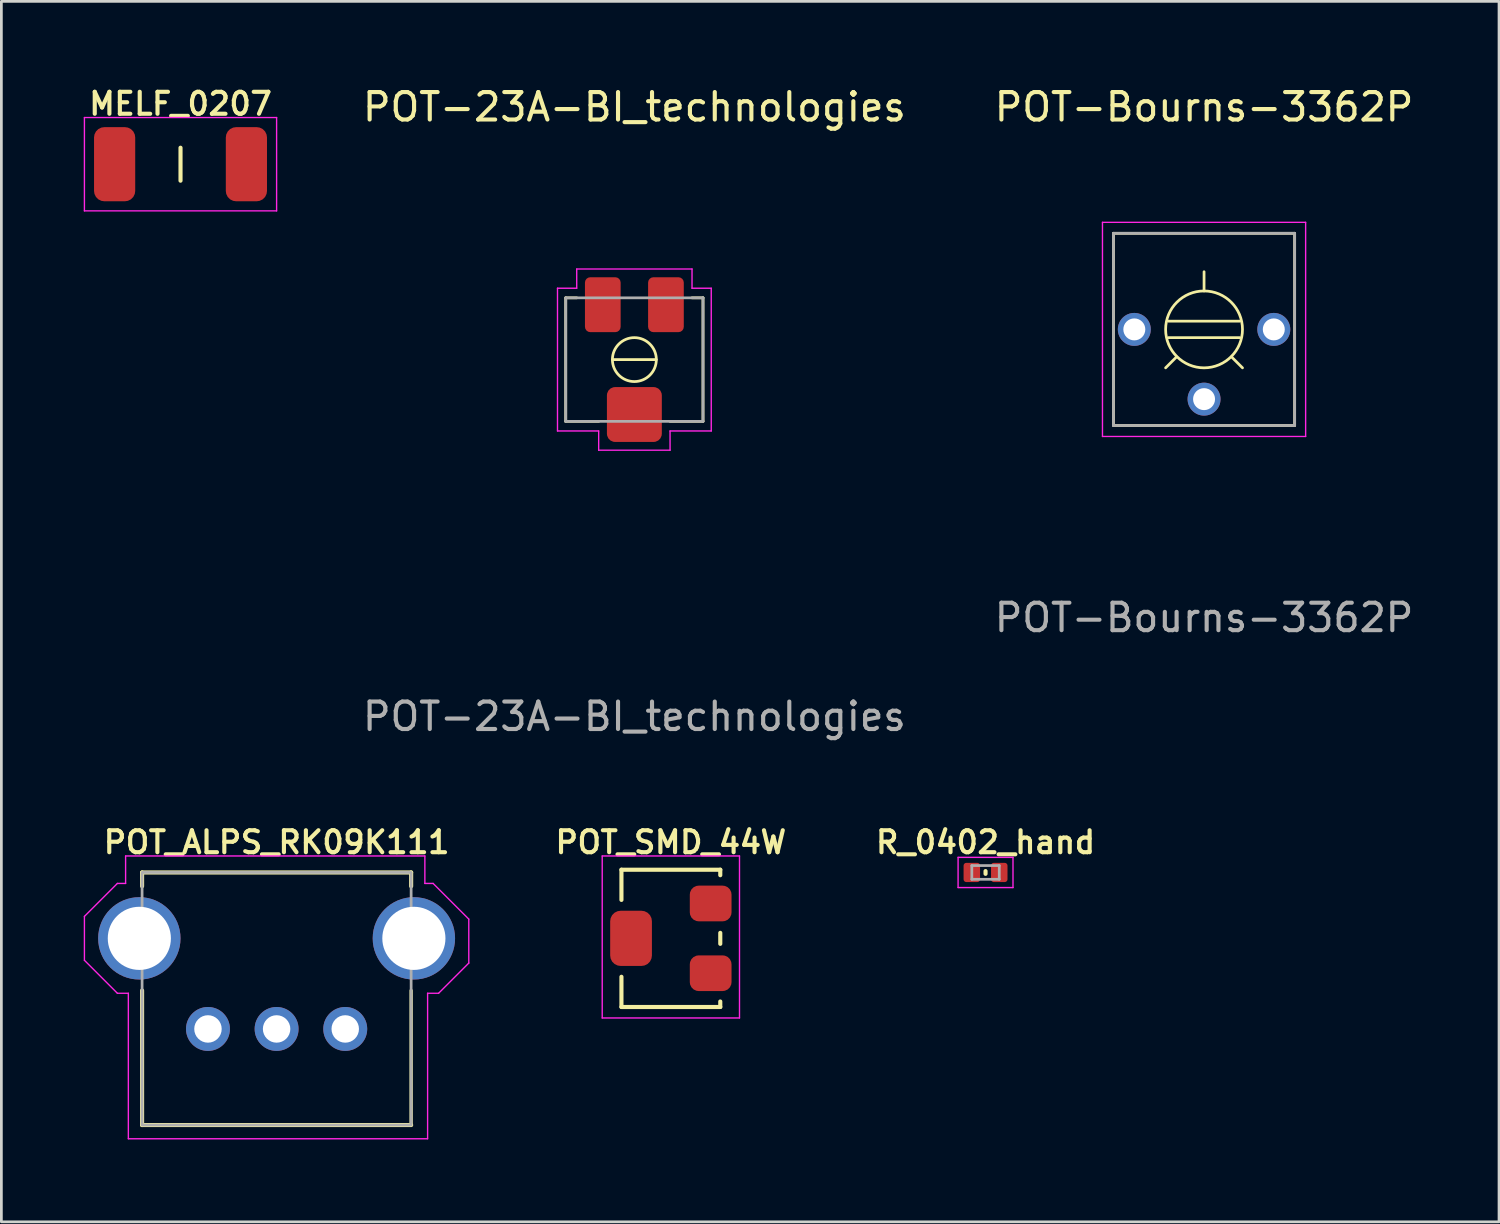
<source format=kicad_pcb>
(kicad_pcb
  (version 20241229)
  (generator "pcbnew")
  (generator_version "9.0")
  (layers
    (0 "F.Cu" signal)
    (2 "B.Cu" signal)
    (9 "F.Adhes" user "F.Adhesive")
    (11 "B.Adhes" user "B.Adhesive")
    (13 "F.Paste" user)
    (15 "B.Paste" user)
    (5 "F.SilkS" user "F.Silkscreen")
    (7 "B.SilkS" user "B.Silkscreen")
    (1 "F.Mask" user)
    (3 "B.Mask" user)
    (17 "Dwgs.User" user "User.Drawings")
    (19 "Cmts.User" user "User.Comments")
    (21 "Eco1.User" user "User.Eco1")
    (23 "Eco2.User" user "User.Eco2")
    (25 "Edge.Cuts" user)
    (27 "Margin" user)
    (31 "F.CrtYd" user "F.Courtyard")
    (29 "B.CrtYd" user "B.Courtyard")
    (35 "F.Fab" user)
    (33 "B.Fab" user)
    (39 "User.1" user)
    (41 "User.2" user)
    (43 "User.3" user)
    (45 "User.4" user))
  (footprint "POT_SMD_44W"
    (layer "F.Cu")
    (at 21.385 31.128)
    (property "Reference" "POT_SMD_44W" (at 0 -3.5 0) (layer "F.SilkS") (effects (font (size 0.8 0.8) (thickness 0.15))))
    (attr through_hole)
    (fp_line (start -1.8 -2.5) (end 1.8 -2.5) (stroke (width 0.15) (type solid)) (layer "F.SilkS"))
    (fp_line (start -1.8 -1.4) (end -1.8 -2.5) (stroke (width 0.15) (type solid)) (layer "F.SilkS"))
    (fp_line (start -1.8 2.5) (end -1.8 1.4) (stroke (width 0.15) (type solid)) (layer "F.SilkS"))
    (fp_line (start 1.8 -2.5) (end 1.8 -2.3) (stroke (width 0.15) (type solid)) (layer "F.SilkS"))
    (fp_line (start 1.8 -0.2) (end 1.8 0.2) (stroke (width 0.15) (type solid)) (layer "F.SilkS"))
    (fp_line (start 1.8 2.5) (end -1.8 2.5) (stroke (width 0.15) (type solid)) (layer "F.SilkS"))
    (fp_line (start 1.8 2.5) (end 1.8 2.3) (stroke (width 0.15) (type solid)) (layer "F.SilkS"))
    (fp_line (start -2.5 -3) (end 2.5 -3) (stroke (width 0.05) (type default)) (layer "F.CrtYd"))
    (fp_line (start -2.5 2.9) (end -2.5 -3) (stroke (width 0.05) (type default)) (layer "F.CrtYd"))
    (fp_line (start 2.5 -3) (end 2.5 2.9) (stroke (width 0.05) (type default)) (layer "F.CrtYd"))
    (fp_line (start 2.5 2.9) (end -2.5 2.9) (stroke (width 0.05) (type default)) (layer "F.CrtYd"))
    (pad "1" smd roundrect (at 1.45 -1.27) (size 1.52 1.3) (layers "F.Cu" "F.Mask" "F.Paste") (roundrect_rratio 0.25))
    (pad "2" smd roundrect (at -1.45 0) (size 1.52 2.01) (layers "F.Cu" "F.Mask" "F.Paste") (roundrect_rratio 0.25))
    (pad "3" smd roundrect (at 1.45 1.27) (size 1.52 1.3) (layers "F.Cu" "F.Mask" "F.Paste") (roundrect_rratio 0.25)))
  (footprint "MELF_0207"
    (layer "F.Cu")
    (at 3.525 2.931)
    (property "Reference" "MELF_0207" (at 0 -2.2 0) (layer "F.SilkS") (effects (font (size 0.8 0.8) (thickness 0.15))))
    (attr through_hole)
    (fp_line (start 0 -0.6) (end 0 0.6) (stroke (width 0.15) (type default)) (layer "F.SilkS"))
    (fp_line (start -3.5 -1.7) (end -3.5 1.7) (stroke (width 0.05) (type default)) (layer "F.CrtYd"))
    (fp_line (start -3.5 1.7) (end 3.5 1.7) (stroke (width 0.05) (type default)) (layer "F.CrtYd"))
    (fp_line (start 3.5 -1.7) (end -3.5 -1.7) (stroke (width 0.05) (type default)) (layer "F.CrtYd"))
    (fp_line (start 3.5 1.7) (end 3.5 -1.7) (stroke (width 0.05) (type default)) (layer "F.CrtYd"))
    (pad "1" smd roundrect (at -2.4 0) (size 1.5 2.7) (layers "F.Cu" "F.Mask" "F.Paste") (roundrect_rratio 0.25))
    (pad "2" smd roundrect (at 2.4 0) (size 1.5 2.7) (layers "F.Cu" "F.Mask" "F.Paste") (roundrect_rratio 0.25)))
  (footprint "POT-23A-BI_technologies"
    (layer "F.Cu")
    (at 20.056 10.048)
    (property "Reference" "POT-23A-BI_technologies" (at 0 -9.2 0) (unlocked yes) (layer "F.SilkS") (effects (font (size 1 1) (thickness 0.15))))
    (attr smd)
    (fp_line (start -2.5 -2.25) (end -2.5 2.25) (stroke (width 0.1) (type default)) (layer "F.SilkS"))
    (fp_line (start -2.5 2.25) (end -1.3 2.25) (stroke (width 0.1) (type default)) (layer "F.SilkS"))
    (fp_line (start -2.1 -2.25) (end -2.5 -2.25) (stroke (width 0.1) (type default)) (layer "F.SilkS"))
    (fp_line (start -0.8 0) (end 0.8 0) (stroke (width 0.1) (type default)) (layer "F.SilkS"))
    (fp_line (start 1.3 2.25) (end 2.5 2.25) (stroke (width 0.1) (type default)) (layer "F.SilkS"))
    (fp_line (start 2.5 -2.25) (end 2.1 -2.25) (stroke (width 0.1) (type default)) (layer "F.SilkS"))
    (fp_line (start 2.5 2.25) (end 2.5 -2.25) (stroke (width 0.1) (type default)) (layer "F.SilkS"))
    (fp_circle (center 0 0) (end 0.8 0) (stroke (width 0.1) (type default)) (fill no) (layer "F.SilkS"))
    (fp_line (start -2.8 -2.6) (end -2.8 2.6) (stroke (width 0.05) (type default)) (layer "F.CrtYd"))
    (fp_line (start -2.8 2.6) (end -1.3 2.6) (stroke (width 0.05) (type default)) (layer "F.CrtYd"))
    (fp_line (start -2.1 -3.3) (end -2.1 -2.6) (stroke (width 0.05) (type default)) (layer "F.CrtYd"))
    (fp_line (start -2.1 -2.6) (end -2.8 -2.6) (stroke (width 0.05) (type default)) (layer "F.CrtYd"))
    (fp_line (start -1.3 2.6) (end -1.3 3.3) (stroke (width 0.05) (type default)) (layer "F.CrtYd"))
    (fp_line (start -1.3 3.3) (end 1.3 3.3) (stroke (width 0.05) (type default)) (layer "F.CrtYd"))
    (fp_line (start 1.3 2.6) (end 2.8 2.6) (stroke (width 0.05) (type default)) (layer "F.CrtYd"))
    (fp_line (start 1.3 3.3) (end 1.3 2.6) (stroke (width 0.05) (type default)) (layer "F.CrtYd"))
    (fp_line (start 2.1 -3.3) (end -2.1 -3.3) (stroke (width 0.05) (type default)) (layer "F.CrtYd"))
    (fp_line (start 2.1 -2.6) (end 2.1 -3.3) (stroke (width 0.05) (type default)) (layer "F.CrtYd"))
    (fp_line (start 2.8 -2.6) (end 2.1 -2.6) (stroke (width 0.05) (type default)) (layer "F.CrtYd"))
    (fp_line (start 2.8 2.6) (end 2.8 -2.6) (stroke (width 0.05) (type default)) (layer "F.CrtYd"))
    (fp_line (start -2.5 -2.25) (end -2.5 2.25) (stroke (width 0.1) (type default)) (layer "F.Fab"))
    (fp_line (start -2.5 2.25) (end 2.5 2.25) (stroke (width 0.1) (type default)) (layer "F.Fab"))
    (fp_line (start 2.5 -2.25) (end -2.5 -2.25) (stroke (width 0.1) (type default)) (layer "F.Fab"))
    (fp_line (start 2.5 2.25) (end 2.5 -2.25) (stroke (width 0.1) (type default)) (layer "F.Fab"))
    (fp_text user "${REFERENCE}" (at 0 13 0) (unlocked yes) (layer "F.Fab") (effects (font (size 1 1) (thickness 0.15))))
    (pad "1" smd roundrect (at -1.15 -2 90) (size 2 1.3) (layers "F.Cu" "F.Mask" "F.Paste") (roundrect_rratio 0.15))
    (pad "2" smd roundrect (at 0 2) (size 2 2) (layers "F.Cu" "F.Mask" "F.Paste") (roundrect_rratio 0.15))
    (pad "3" smd roundrect (at 1.15 -2 90) (size 2 1.3) (layers "F.Cu" "F.Mask" "F.Paste") (roundrect_rratio 0.15)))
  (footprint "R_0402_hand"
    (layer "F.Cu")
    (at 32.847 28.728)
    (property "Reference" "R_0402_hand" (at 0 -1.1 0) (layer "F.SilkS") (effects (font (size 0.8 0.8) (thickness 0.15))))
    (attr smd)
    (fp_line (start 0 -0.05) (end 0 0.05) (stroke (width 0.15) (type solid)) (layer "F.SilkS"))
    (fp_line (start -1 -0.55) (end -1 0.55) (stroke (width 0.05) (type solid)) (layer "F.CrtYd"))
    (fp_line (start -1 -0.55) (end 1 -0.55) (stroke (width 0.05) (type solid)) (layer "F.CrtYd"))
    (fp_line (start -1 0.55) (end 1 0.55) (stroke (width 0.05) (type solid)) (layer "F.CrtYd"))
    (fp_line (start 1 -0.55) (end 1 0.55) (stroke (width 0.05) (type solid)) (layer "F.CrtYd"))
    (fp_line (start -0.5 -0.25) (end 0.5 -0.25) (stroke (width 0.1) (type solid)) (layer "F.Fab"))
    (fp_line (start -0.5 0.25) (end -0.5 -0.25) (stroke (width 0.1) (type solid)) (layer "F.Fab"))
    (fp_line (start 0.5 -0.25) (end 0.5 0.25) (stroke (width 0.1) (type solid)) (layer "F.Fab"))
    (fp_line (start 0.5 0.25) (end -0.5 0.25) (stroke (width 0.1) (type solid)) (layer "F.Fab"))
    (pad "1" smd roundrect (at -0.5 0) (size 0.6 0.7) (layers "F.Cu" "F.Mask" "F.Paste") (roundrect_rratio 0.167))
    (pad "2" smd roundrect (at 0.5 0) (size 0.6 0.7) (layers "F.Cu" "F.Mask" "F.Paste") (roundrect_rratio 0.167)))
  (footprint "POT-Bourns-3362P"
    (layer "F.Cu")
    (at 40.806 8.948)
    (property "Reference" "POT-Bourns-3362P" (at 0 -8.1 0) (unlocked yes) (layer "F.SilkS") (effects (font (size 1 1) (thickness 0.15))))
    (attr through_hole)
    (fp_line (start -3.3 -3.5) (end 3.3 -3.5) (stroke (width 0.1) (type default)) (layer "F.SilkS"))
    (fp_line (start -3.3 3.5) (end -3.3 -3.5) (stroke (width 0.1) (type default)) (layer "F.SilkS"))
    (fp_line (start -1.3 -0.3) (end 1.3 -0.3) (stroke (width 0.1) (type default)) (layer "F.SilkS"))
    (fp_line (start -1.3 0.3) (end 1.3 0.3) (stroke (width 0.1) (type default)) (layer "F.SilkS"))
    (fp_line (start -1 1) (end -1.4 1.4) (stroke (width 0.1) (type default)) (layer "F.SilkS"))
    (fp_line (start 0 -1.4) (end 0 -2.1) (stroke (width 0.1) (type default)) (layer "F.SilkS"))
    (fp_line (start 1 1) (end 1.4 1.4) (stroke (width 0.1) (type default)) (layer "F.SilkS"))
    (fp_line (start 3.3 -3.5) (end 3.3 3.5) (stroke (width 0.1) (type default)) (layer "F.SilkS"))
    (fp_line (start 3.3 3.5) (end -3.3 3.5) (stroke (width 0.1) (type default)) (layer "F.SilkS"))
    (fp_circle (center 0 0) (end 1.4 0) (stroke (width 0.1) (type default)) (fill no) (layer "F.SilkS"))
    (fp_line (start -3.7 -3.9) (end -3.7 3.9) (stroke (width 0.05) (type default)) (layer "F.CrtYd"))
    (fp_line (start -3.7 3.9) (end 3.7 3.9) (stroke (width 0.05) (type default)) (layer "F.CrtYd"))
    (fp_line (start 3.7 -3.9) (end -3.7 -3.9) (stroke (width 0.05) (type default)) (layer "F.CrtYd"))
    (fp_line (start 3.7 3.9) (end 3.7 -3.9) (stroke (width 0.05) (type default)) (layer "F.CrtYd"))
    (fp_line (start -3.3 -3.5) (end 3.3 -3.5) (stroke (width 0.1) (type default)) (layer "F.Fab"))
    (fp_line (start -3.3 3.5) (end -3.3 -3.5) (stroke (width 0.1) (type default)) (layer "F.Fab"))
    (fp_line (start 3.3 -3.5) (end 3.3 3.5) (stroke (width 0.1) (type default)) (layer "F.Fab"))
    (fp_line (start 3.3 3.5) (end -3.3 3.5) (stroke (width 0.1) (type default)) (layer "F.Fab"))
    (fp_text user "${REFERENCE}" (at 0 10.5 0) (unlocked yes) (layer "F.Fab") (effects (font (size 1 1) (thickness 0.15))))
    (pad "1" thru_hole circle (at -2.54 0) (size 1.2 1.2) (drill 0.8) (layers "*.Cu" "*.Mask"))
    (pad "2" thru_hole circle (at 0 2.54) (size 1.2 1.2) (drill 0.8) (layers "*.Cu" "*.Mask"))
    (pad "3" thru_hole circle (at 2.54 0) (size 1.2 1.2) (drill 0.8) (layers "*.Cu" "*.Mask")))
  (footprint "POT_ALPS_RK09K111"
    (layer "F.Cu")
    (at 7.025 31.128)
    (property "Reference" "POT_ALPS_RK09K111" (at 0 -3.5 0) (unlocked yes) (layer "F.SilkS") (effects (font (size 0.8 0.8) (thickness 0.15))))
    (attr through_hole)
    (fp_line (start -4.9 -2.4) (end 4.9 -2.4) (stroke (width 0.15) (type solid)) (layer "F.SilkS"))
    (fp_line (start -4.9 -1.9) (end -4.9 -2.4) (stroke (width 0.15) (type solid)) (layer "F.SilkS"))
    (fp_line (start -4.9 6.8) (end -4.9 1.9) (stroke (width 0.15) (type solid)) (layer "F.SilkS"))
    (fp_line (start 4.9 -2.4) (end 4.9 -1.9) (stroke (width 0.15) (type solid)) (layer "F.SilkS"))
    (fp_line (start 4.9 1.9) (end 4.9 6.8) (stroke (width 0.12) (type solid)) (layer "F.SilkS"))
    (fp_line (start 4.9 6.8) (end -4.9 6.8) (stroke (width 0.15) (type solid)) (layer "F.SilkS"))
    (fp_line (start -7 -0.8) (end -7 0.8) (stroke (width 0.05) (type solid)) (layer "F.CrtYd"))
    (fp_line (start -7 -0.8) (end -5.8 -2) (stroke (width 0.05) (type solid)) (layer "F.CrtYd"))
    (fp_line (start -5.8 2) (end -7 0.8) (stroke (width 0.05) (type solid)) (layer "F.CrtYd"))
    (fp_line (start -5.8 2) (end -5.4 2) (stroke (width 0.05) (type solid)) (layer "F.CrtYd"))
    (fp_line (start -5.5 -3) (end 5.4 -3) (stroke (width 0.05) (type solid)) (layer "F.CrtYd"))
    (fp_line (start -5.5 -2) (end -5.8 -2) (stroke (width 0.05) (type solid)) (layer "F.CrtYd"))
    (fp_line (start -5.5 -2) (end -5.5 -3) (stroke (width 0.05) (type solid)) (layer "F.CrtYd"))
    (fp_line (start -5.4 7.3) (end -5.4 2) (stroke (width 0.05) (type solid)) (layer "F.CrtYd"))
    (fp_line (start 5.4 -3) (end 5.4 -2) (stroke (width 0.05) (type solid)) (layer "F.CrtYd"))
    (fp_line (start 5.4 -2) (end 5.7 -2) (stroke (width 0.05) (type solid)) (layer "F.CrtYd"))
    (fp_line (start 5.5 2) (end 5.5 7.3) (stroke (width 0.05) (type solid)) (layer "F.CrtYd"))
    (fp_line (start 5.5 7.3) (end -5.4 7.3) (stroke (width 0.05) (type solid)) (layer "F.CrtYd"))
    (fp_line (start 5.7 -2) (end 7 -0.7) (stroke (width 0.05) (type solid)) (layer "F.CrtYd"))
    (fp_line (start 5.9 2) (end 5.5 2) (stroke (width 0.05) (type solid)) (layer "F.CrtYd"))
    (fp_line (start 5.9 2) (end 7 0.9) (stroke (width 0.05) (type solid)) (layer "F.CrtYd"))
    (fp_line (start 7 -0.7) (end 7 0.9) (stroke (width 0.05) (type solid)) (layer "F.CrtYd"))
    (fp_rect (start -4.9 -2.4) (end 4.9 6.8) (stroke (width 0.1) (type solid)) (fill no) (layer "F.Fab"))
    (pad "1" thru_hole circle (at -2.5 3.3) (size 1.6 1.6) (drill 1) (layers "*.Cu" "*.Mask"))
    (pad "2" thru_hole circle (at 0 3.3) (size 1.6 1.6) (drill 1) (layers "*.Cu" "*.Mask"))
    (pad "3" thru_hole circle (at 2.5 3.3) (size 1.6 1.6) (drill 1) (layers "*.Cu" "*.Mask"))
    (pad "S" thru_hole circle (at -5 0) (size 3 3) (drill 2.3) (layers "*.Cu" "*.Mask"))
    (pad "S" thru_hole circle (at 5 0) (size 3 3) (drill 2.3) (layers "*.Cu" "*.Mask")))
  (gr_rect
    (start -3 -3)
    (end 51.55 41.453)
    (stroke (width 0.1) (type default))
    (fill no)
    (layer "Edge.Cuts")))
</source>
